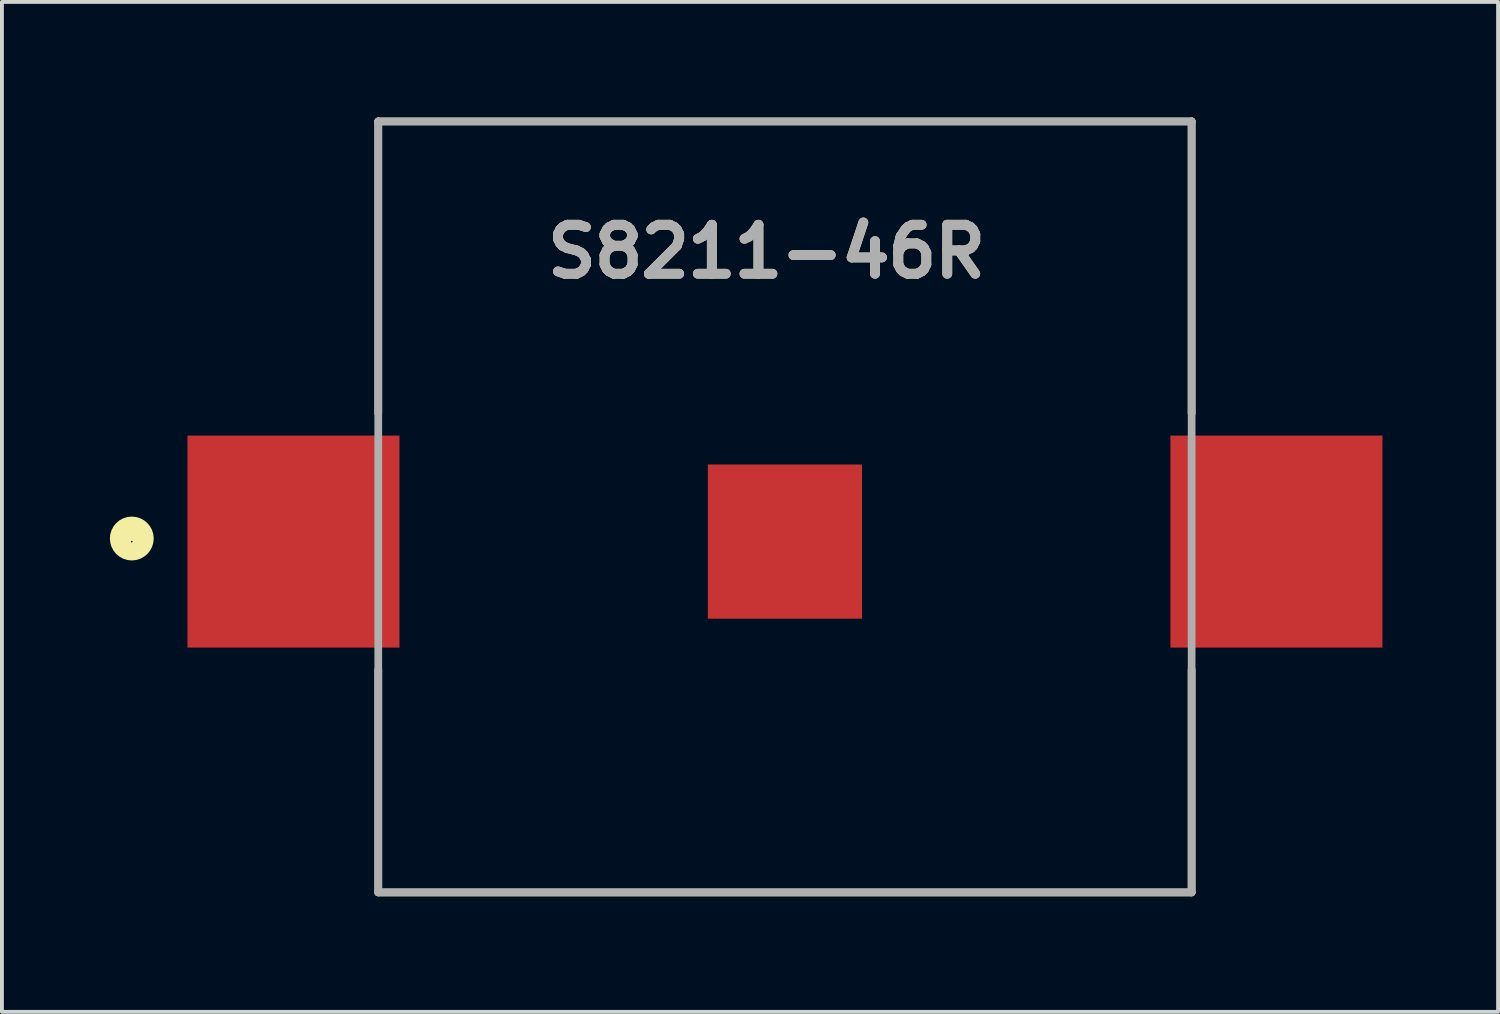
<source format=kicad_pcb>
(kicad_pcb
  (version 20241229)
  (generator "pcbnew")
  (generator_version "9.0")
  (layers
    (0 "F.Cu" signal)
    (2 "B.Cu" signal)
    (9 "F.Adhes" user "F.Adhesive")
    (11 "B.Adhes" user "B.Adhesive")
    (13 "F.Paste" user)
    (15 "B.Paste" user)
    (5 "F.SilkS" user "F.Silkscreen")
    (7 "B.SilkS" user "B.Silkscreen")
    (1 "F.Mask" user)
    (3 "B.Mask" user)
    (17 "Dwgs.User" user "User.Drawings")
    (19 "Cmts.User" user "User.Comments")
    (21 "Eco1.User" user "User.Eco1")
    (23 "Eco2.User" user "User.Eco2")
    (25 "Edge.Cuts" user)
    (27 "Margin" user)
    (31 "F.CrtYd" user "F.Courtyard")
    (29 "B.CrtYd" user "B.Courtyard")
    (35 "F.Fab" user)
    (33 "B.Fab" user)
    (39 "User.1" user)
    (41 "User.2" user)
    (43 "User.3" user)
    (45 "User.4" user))
  (footprint "S8211-46R"
    (layer "F.Cu")
    (at 17.313 11)
    (property "Reference" "S8211-46R" (at -0.476 -7.523 0) (layer "F.SilkS") (effects (font (size 1.27 1.27) (thickness 0.254))))
    (attr smd)
    (fp_line (start -10.55 -10.9) (end -10.55 -3.324) (stroke (width 0.2) (type solid)) (layer "F.SilkS"))
    (fp_line (start -10.55 -10.9) (end 10.55 -10.9) (stroke (width 0.2) (type solid)) (layer "F.SilkS"))
    (fp_line (start -10.55 9.1) (end -10.55 3.324) (stroke (width 0.2) (type solid)) (layer "F.SilkS"))
    (fp_line (start -10.55 9.1) (end 10.55 9.1) (stroke (width 0.2) (type solid)) (layer "F.SilkS"))
    (fp_line (start 10.55 -10.9) (end 10.55 -3.324) (stroke (width 0.2) (type solid)) (layer "F.SilkS"))
    (fp_line (start 10.55 9.1) (end 10.55 3.324) (stroke (width 0.2) (type solid)) (layer "F.SilkS"))
    (fp_circle (center -16.944 -0.08) (end -16.944 0.089) (stroke (width 0.4) (type solid)) (fill no) (layer "F.SilkS"))
    (fp_circle (center -16.944 0.002) (end -16.944 0.023) (stroke (width 0.4) (type solid)) (fill no) (layer "F.SilkS"))
    (fp_line (start -10.55 -10.9) (end 10.55 -10.9) (stroke (width 0.2) (type solid)) (layer "F.Fab"))
    (fp_line (start -10.55 9.1) (end -10.55 -10.9) (stroke (width 0.2) (type solid)) (layer "F.Fab"))
    (fp_line (start 10.55 -10.9) (end 10.55 9.1) (stroke (width 0.2) (type solid)) (layer "F.Fab"))
    (fp_line (start 10.55 9.1) (end -10.55 9.1) (stroke (width 0.2) (type solid)) (layer "F.Fab"))
    (fp_text user "${REFERENCE}" (at -0.476 -7.523 0) (layer "F.Fab") (effects (font (size 1.27 1.27) (thickness 0.254))))
    (pad "1" smd rect (at -12.75 0 90) (size 5.5 5.5) (layers "F.Cu" "F.Mask" "F.Paste"))
    (pad "2" smd rect (at 12.75 0 90) (size 5.5 5.5) (layers "F.Cu" "F.Mask" "F.Paste"))
    (pad "3" smd rect (at 0 0 90) (size 4 4) (layers "F.Cu" "F.Mask" "F.Paste")))
  (gr_rect
    (start -3 -3)
    (end 35.813 23.2)
    (stroke (width 0.1) (type default))
    (fill no)
    (layer "Edge.Cuts")))
</source>
